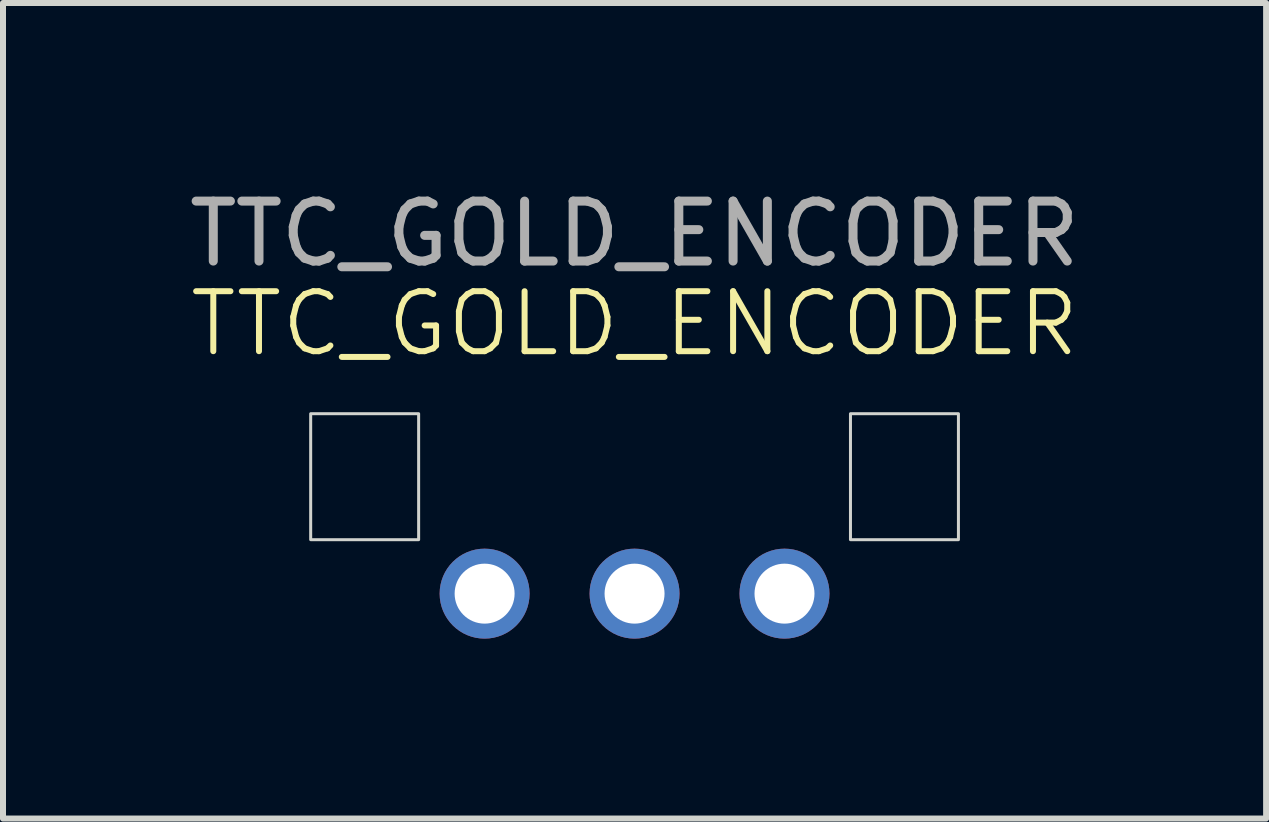
<source format=kicad_pcb>
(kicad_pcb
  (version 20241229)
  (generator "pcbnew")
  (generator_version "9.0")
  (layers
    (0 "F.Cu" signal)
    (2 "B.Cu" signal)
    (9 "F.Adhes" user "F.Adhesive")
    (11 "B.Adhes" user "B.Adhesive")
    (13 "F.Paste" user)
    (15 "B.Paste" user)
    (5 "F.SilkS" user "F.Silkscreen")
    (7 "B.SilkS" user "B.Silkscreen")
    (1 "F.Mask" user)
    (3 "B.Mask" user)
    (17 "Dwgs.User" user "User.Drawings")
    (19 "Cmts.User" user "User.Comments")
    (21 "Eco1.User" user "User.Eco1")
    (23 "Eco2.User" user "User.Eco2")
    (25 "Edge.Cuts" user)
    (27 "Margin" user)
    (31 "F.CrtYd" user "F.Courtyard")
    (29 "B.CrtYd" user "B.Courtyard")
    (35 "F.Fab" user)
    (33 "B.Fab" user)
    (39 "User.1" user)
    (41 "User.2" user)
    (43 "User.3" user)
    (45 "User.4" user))
  (footprint "TTC_GOLD_ENCODER"
    (layer "F.Cu")
    (at 7.53 6.848)
    (property "Reference" "TTC_GOLD_ENCODER" (at 0 -4.5 0) (unlocked yes) (layer "F.SilkS") (effects (font (size 1 1) (thickness 0.1))))
    (attr through_hole)
    (fp_rect (start -5.4 -3) (end -3.6 -0.9) (stroke (width 0.05) (type default)) (fill no) (layer "Edge.Cuts"))
    (fp_rect (start 3.6 -3) (end 5.4 -0.9) (stroke (width 0.05) (type default)) (fill no) (layer "Edge.Cuts"))
    (fp_text user "${REFERENCE}" (at 0 -6 0) (unlocked yes) (layer "F.Fab") (effects (font (size 1 1) (thickness 0.15))))
    (pad "1" thru_hole circle (at -2.5 0) (size 1.5 1.5) (drill 1) (layers "*.Cu" "*.Mask"))
    (pad "2" thru_hole circle (at 0 0) (size 1.5 1.5) (drill 1) (layers "*.Cu" "*.Mask"))
    (pad "3" thru_hole circle (at 2.5 0) (size 1.5 1.5) (drill 1) (layers "*.Cu" "*.Mask")))
  (gr_rect
    (start -3 -3)
    (end 18.06 10.598)
    (stroke (width 0.1) (type default))
    (fill no)
    (layer "Edge.Cuts")))
</source>
